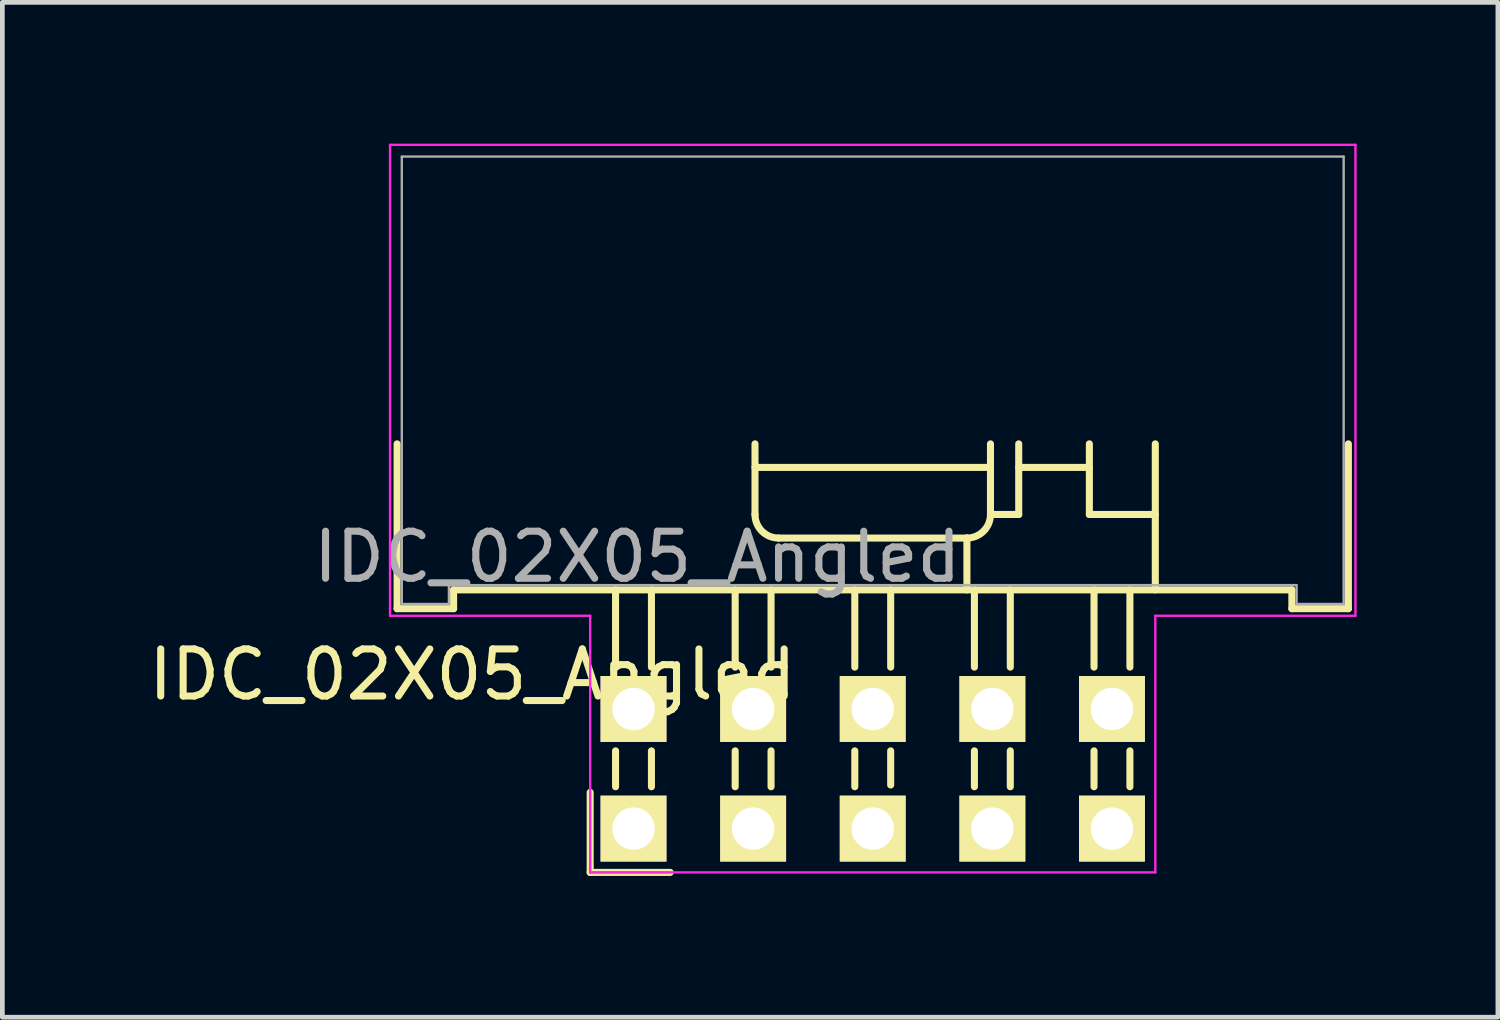
<source format=kicad_pcb>
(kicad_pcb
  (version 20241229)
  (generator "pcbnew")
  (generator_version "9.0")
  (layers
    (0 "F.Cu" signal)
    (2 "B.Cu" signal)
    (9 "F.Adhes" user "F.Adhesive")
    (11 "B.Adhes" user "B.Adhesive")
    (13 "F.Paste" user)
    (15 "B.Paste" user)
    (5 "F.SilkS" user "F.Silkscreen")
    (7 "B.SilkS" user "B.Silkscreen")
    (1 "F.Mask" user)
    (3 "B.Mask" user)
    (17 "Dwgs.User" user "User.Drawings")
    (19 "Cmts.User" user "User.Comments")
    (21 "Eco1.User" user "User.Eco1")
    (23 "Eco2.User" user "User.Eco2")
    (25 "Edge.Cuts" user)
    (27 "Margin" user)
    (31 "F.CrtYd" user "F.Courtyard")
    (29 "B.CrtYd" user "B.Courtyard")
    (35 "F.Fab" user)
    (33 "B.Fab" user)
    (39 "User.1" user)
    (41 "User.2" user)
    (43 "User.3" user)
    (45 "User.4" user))
  (footprint "IDC_02X05_Angled"
    (layer "F.Cu")
    (at 15.482 13.275)
    (property "Reference" "IDC_02X05_Angled" (at -5 -4.5 0) (layer "F.Fab") (effects (font (size 1 1) (thickness 0.15))))
    (attr through_hole)
    (fp_line (start -10.1 -3.4) (end -10.1 -6.9) (stroke (width 0.15) (type solid)) (layer "F.SilkS"))
    (fp_line (start -8.9 -3.8) (end 8.9 -3.8) (stroke (width 0.15) (type solid)) (layer "F.SilkS"))
    (fp_line (start -8.9 -3.4) (end -10.1 -3.4) (stroke (width 0.15) (type solid)) (layer "F.SilkS"))
    (fp_line (start -8.9 -3.4) (end -8.9 -3.8) (stroke (width 0.15) (type solid)) (layer "F.SilkS"))
    (fp_line (start -6 0.5) (end -6 2.2) (stroke (width 0.15) (type solid)) (layer "F.SilkS"))
    (fp_line (start -6 2.2) (end -4.3 2.2) (stroke (width 0.15) (type solid)) (layer "F.SilkS"))
    (fp_line (start -5.461 -3.8) (end -5.461 -2.159) (stroke (width 0.15) (type solid)) (layer "F.SilkS"))
    (fp_line (start -5.461 -0.381) (end -5.461 0.381) (stroke (width 0.15) (type solid)) (layer "F.SilkS"))
    (fp_line (start -4.699 -3.8) (end -4.699 -2.159) (stroke (width 0.15) (type solid)) (layer "F.SilkS"))
    (fp_line (start -4.699 -0.381) (end -4.699 0.381) (stroke (width 0.15) (type solid)) (layer "F.SilkS"))
    (fp_line (start -2.921 -3.8) (end -2.921 -2.159) (stroke (width 0.15) (type solid)) (layer "F.SilkS"))
    (fp_line (start -2.921 -0.381) (end -2.921 0.381) (stroke (width 0.15) (type solid)) (layer "F.SilkS"))
    (fp_line (start -2.5 -6.4) (end 2.5 -6.4) (stroke (width 0.15) (type solid)) (layer "F.SilkS"))
    (fp_line (start -2.5 -5.4) (end -2.5 -6.9) (stroke (width 0.15) (type solid)) (layer "F.SilkS"))
    (fp_line (start -2.159 -3.8) (end -2.159 -2.159) (stroke (width 0.15) (type solid)) (layer "F.SilkS"))
    (fp_line (start -2.159 -0.381) (end -2.159 0.381) (stroke (width 0.15) (type solid)) (layer "F.SilkS"))
    (fp_line (start -0.381 -3.8) (end -0.381 -2.159) (stroke (width 0.15) (type solid)) (layer "F.SilkS"))
    (fp_line (start -0.381 -0.381) (end -0.381 0.381) (stroke (width 0.15) (type solid)) (layer "F.SilkS"))
    (fp_line (start 0.381 -3.8) (end 0.381 -2.159) (stroke (width 0.15) (type solid)) (layer "F.SilkS"))
    (fp_line (start 0.381 -0.381) (end 0.381 0.344) (stroke (width 0.15) (type solid)) (layer "F.SilkS"))
    (fp_line (start 2 -4.9) (end -2 -4.9) (stroke (width 0.15) (type solid)) (layer "F.SilkS"))
    (fp_line (start 2 -3.8) (end 2 -4.9) (stroke (width 0.15) (type solid)) (layer "F.SilkS"))
    (fp_line (start 2.159 -3.8) (end 2.159 -2.159) (stroke (width 0.15) (type solid)) (layer "F.SilkS"))
    (fp_line (start 2.159 -0.381) (end 2.159 0.381) (stroke (width 0.15) (type solid)) (layer "F.SilkS"))
    (fp_line (start 2.5 -5.4) (end 2.5 -6.9) (stroke (width 0.15) (type solid)) (layer "F.SilkS"))
    (fp_line (start 2.5 -5.4) (end 3.1 -5.4) (stroke (width 0.15) (type solid)) (layer "F.SilkS"))
    (fp_line (start 2.921 -3.8) (end 2.921 -2.159) (stroke (width 0.15) (type solid)) (layer "F.SilkS"))
    (fp_line (start 2.921 -0.381) (end 2.921 0.381) (stroke (width 0.15) (type solid)) (layer "F.SilkS"))
    (fp_line (start 3.1 -5.4) (end 3.1 -6.9) (stroke (width 0.15) (type solid)) (layer "F.SilkS"))
    (fp_line (start 4.6 -6.9) (end 4.6 -5.4) (stroke (width 0.15) (type solid)) (layer "F.SilkS"))
    (fp_line (start 4.6 -6.4) (end 3.1 -6.4) (stroke (width 0.15) (type solid)) (layer "F.SilkS"))
    (fp_line (start 4.6 -5.4) (end 6 -5.4) (stroke (width 0.15) (type solid)) (layer "F.SilkS"))
    (fp_line (start 4.699 -3.8) (end 4.699 -2.159) (stroke (width 0.15) (type solid)) (layer "F.SilkS"))
    (fp_line (start 4.699 -0.381) (end 4.699 0.381) (stroke (width 0.15) (type solid)) (layer "F.SilkS"))
    (fp_line (start 5.461 -3.8) (end 5.461 -2.159) (stroke (width 0.15) (type solid)) (layer "F.SilkS"))
    (fp_line (start 5.461 -0.381) (end 5.461 0.381) (stroke (width 0.15) (type solid)) (layer "F.SilkS"))
    (fp_line (start 6 -6.9) (end 6 -3.8) (stroke (width 0.15) (type solid)) (layer "F.SilkS"))
    (fp_line (start 8.9 -3.4) (end 8.9 -3.8) (stroke (width 0.15) (type solid)) (layer "F.SilkS"))
    (fp_line (start 10.1 -6.9) (end 10.1 -3.4) (stroke (width 0.15) (type solid)) (layer "F.SilkS"))
    (fp_line (start 10.1 -3.4) (end 8.9 -3.4) (stroke (width 0.15) (type solid)) (layer "F.SilkS"))
    (fp_arc (start -2 -4.9) (mid -2.353553 -5.046447) (end -2.5 -5.4) (stroke (width 0.15) (type solid)) (layer "F.SilkS"))
    (fp_arc (start 2.5 -5.4) (mid 2.353553 -5.046447) (end 2 -4.9) (stroke (width 0.15) (type solid)) (layer "F.SilkS"))
    (fp_line (start -10.25 -13.25) (end -10.25 -3.25) (stroke (width 0.05) (type solid)) (layer "F.CrtYd"))
    (fp_line (start -10.25 -3.25) (end -6 -3.25) (stroke (width 0.05) (type solid)) (layer "F.CrtYd"))
    (fp_line (start -6 -3.25) (end -6 2.2) (stroke (width 0.05) (type solid)) (layer "F.CrtYd"))
    (fp_line (start -6 2.2) (end 6 2.2) (stroke (width 0.05) (type solid)) (layer "F.CrtYd"))
    (fp_line (start 6 -3.25) (end 10.25 -3.25) (stroke (width 0.05) (type solid)) (layer "F.CrtYd"))
    (fp_line (start 6 2.2) (end 6 -3.25) (stroke (width 0.05) (type solid)) (layer "F.CrtYd"))
    (fp_line (start 10.25 -13.25) (end -10.25 -13.25) (stroke (width 0.05) (type solid)) (layer "F.CrtYd"))
    (fp_line (start 10.25 -3.25) (end 10.25 -13.25) (stroke (width 0.05) (type solid)) (layer "F.CrtYd"))
    (fp_line (start -10 -13) (end 10 -13) (stroke (width 0.05) (type solid)) (layer "F.Fab"))
    (fp_line (start -10 -3.5) (end -10 -13) (stroke (width 0.05) (type solid)) (layer "F.Fab"))
    (fp_line (start -9 -3.9) (end 2 -3.9) (stroke (width 0.05) (type solid)) (layer "F.Fab"))
    (fp_line (start -9 -3.5) (end -10 -3.5) (stroke (width 0.05) (type solid)) (layer "F.Fab"))
    (fp_line (start -9 -3.5) (end -9 -3.9) (stroke (width 0.05) (type solid)) (layer "F.Fab"))
    (fp_line (start -6 0.5) (end -6 2.2) (stroke (width 0.05) (type solid)) (layer "F.Fab"))
    (fp_line (start -6 2.2) (end -4.3 2.2) (stroke (width 0.05) (type solid)) (layer "F.Fab"))
    (fp_line (start 6 -3.9) (end 2 -3.9) (stroke (width 0.05) (type solid)) (layer "F.Fab"))
    (fp_line (start 6 -3.9) (end 9 -3.9) (stroke (width 0.05) (type solid)) (layer "F.Fab"))
    (fp_line (start 9 -3.5) (end 9 -3.9) (stroke (width 0.05) (type solid)) (layer "F.Fab"))
    (fp_line (start 10 -13) (end 10 -3.5) (stroke (width 0.05) (type solid)) (layer "F.Fab"))
    (fp_line (start 10 -3.5) (end 9 -3.5) (stroke (width 0.05) (type solid)) (layer "F.Fab"))
    (fp_text user "${REFERENCE}" (at -8.5 -2 0) (layer "F.SilkS") (effects (font (size 1 1) (thickness 0.15))))
    (pad "1" thru_hole rect (at -5.08 1.27) (size 1.4 1.4) (drill 0.9) (layers "*.Cu" "*.Mask" "F.SilkS"))
    (pad "2" thru_hole rect (at -5.08 -1.27) (size 1.4 1.4) (drill 0.9) (layers "*.Cu" "*.Mask" "F.SilkS"))
    (pad "3" thru_hole rect (at -2.54 1.27) (size 1.4 1.4) (drill 0.9) (layers "*.Cu" "*.Mask" "F.SilkS"))
    (pad "4" thru_hole rect (at -2.54 -1.27) (size 1.4 1.4) (drill 0.9) (layers "*.Cu" "*.Mask" "F.SilkS"))
    (pad "5" thru_hole rect (at 0 1.27) (size 1.4 1.4) (drill 0.9) (layers "*.Cu" "*.Mask" "F.SilkS"))
    (pad "6" thru_hole rect (at 0 -1.27) (size 1.4 1.4) (drill 0.9) (layers "*.Cu" "*.Mask" "F.SilkS"))
    (pad "7" thru_hole rect (at 2.54 1.27) (size 1.4 1.4) (drill 0.9) (layers "*.Cu" "*.Mask" "F.SilkS"))
    (pad "8" thru_hole rect (at 2.54 -1.27) (size 1.4 1.4) (drill 0.9) (layers "*.Cu" "*.Mask" "F.SilkS"))
    (pad "9" thru_hole rect (at 5.08 1.27) (size 1.4 1.4) (drill 0.9) (layers "*.Cu" "*.Mask" "F.SilkS"))
    (pad "10" thru_hole rect (at 5.08 -1.27) (size 1.4 1.4) (drill 0.9) (layers "*.Cu" "*.Mask" "F.SilkS")))
  (gr_rect
    (start -3 -3)
    (end 28.757 18.55)
    (stroke (width 0.1) (type default))
    (fill no)
    (layer "Edge.Cuts")))
</source>
